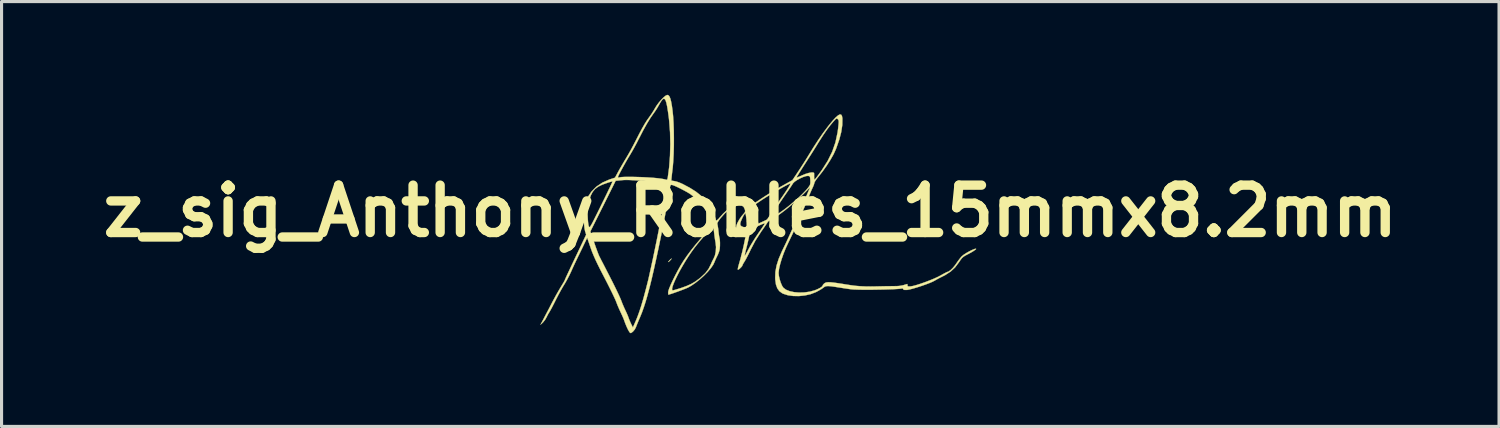
<source format=kicad_pcb>
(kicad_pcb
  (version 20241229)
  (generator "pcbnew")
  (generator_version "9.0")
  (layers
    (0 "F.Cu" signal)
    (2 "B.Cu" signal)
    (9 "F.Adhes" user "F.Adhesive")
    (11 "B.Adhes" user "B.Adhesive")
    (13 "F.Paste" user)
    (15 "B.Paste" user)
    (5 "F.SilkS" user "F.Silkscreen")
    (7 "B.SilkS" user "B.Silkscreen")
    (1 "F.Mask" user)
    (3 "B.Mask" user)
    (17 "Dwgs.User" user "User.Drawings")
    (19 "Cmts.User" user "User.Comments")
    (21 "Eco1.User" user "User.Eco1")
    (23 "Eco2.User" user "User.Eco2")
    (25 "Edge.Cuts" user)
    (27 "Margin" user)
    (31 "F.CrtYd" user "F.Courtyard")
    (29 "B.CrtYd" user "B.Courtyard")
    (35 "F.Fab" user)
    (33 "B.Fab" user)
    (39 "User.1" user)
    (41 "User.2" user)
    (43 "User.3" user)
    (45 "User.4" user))
  (footprint "z_sig_Anthony_Robles_15mmx8.2mm"
    (layer "F.Cu")
    (at 21.089 3.741)
    (property "Reference" "z_sig_Anthony_Robles_15mmx8.2mm" (at 0 0 0) (layer "F.SilkS") (effects (font (size 1.524 1.524) (thickness 0.3))))
    (attr through_hole)
    (fp_poly (pts (xy -2.538 1.541) (xy -2.567 1.576) (xy -2.574 1.583) (xy -2.613 1.622) (xy -2.638 1.64) (xy -2.639 1.64) (xy -2.633 1.626) (xy -2.604 1.591) (xy -2.597 1.583) (xy -2.558 1.545) (xy -2.533 1.527) (xy -2.532 1.526) (xy -2.538 1.541)) (stroke (width 0.01) (type solid)) (fill yes) (layer "F.SilkS"))
    (fp_poly (pts (xy -2.633 -3.725) (xy -2.601 -3.688) (xy -2.573 -3.621) (xy -2.547 -3.521) (xy -2.522 -3.382) (xy -2.503 -3.246) (xy -2.484 -3.063) (xy -2.47 -2.846) (xy -2.461 -2.604) (xy -2.458 -2.348) (xy -2.459 -2.09) (xy -2.466 -1.838) (xy -2.478 -1.605) (xy -2.495 -1.4) (xy -2.503 -1.333) (xy -2.518 -1.213) (xy -2.529 -1.111) (xy -2.537 -1.034) (xy -2.54 -0.99) (xy -2.539 -0.983) (xy -2.515 -0.976) (xy -2.46 -0.967) (xy -2.434 -0.963) (xy -2.364 -0.946) (xy -2.273 -0.914) (xy -2.18 -0.873) (xy -2.176 -0.871) (xy -1.944 -0.748) (xy -1.751 -0.626) (xy -1.591 -0.5) (xy -1.456 -0.363) (xy -1.341 -0.209) (xy -1.24 -0.032) (xy -1.186 0.08) (xy -1.152 0.159) (xy -1.127 0.224) (xy -1.116 0.262) (xy -1.116 0.264) (xy -1.106 0.301) (xy -1.075 0.298) (xy -1.026 0.256) (xy -0.974 0.195) (xy -0.878 0.087) (xy -0.756 -0.027) (xy -0.624 -0.135) (xy -0.498 -0.222) (xy -0.478 -0.234) (xy -0.378 -0.278) (xy -0.274 -0.301) (xy -0.179 -0.299) (xy -0.106 -0.274) (xy -0.094 -0.264) (xy -0.058 -0.222) (xy -0.046 -0.19) (xy -0.034 -0.162) (xy -0.025 -0.159) (xy -0.001 -0.172) (xy 0.055 -0.205) (xy 0.136 -0.256) (xy 0.236 -0.321) (xy 0.344 -0.393) (xy 0.488 -0.487) (xy 0.649 -0.588) (xy 0.813 -0.688) (xy 0.964 -0.776) (xy 1.024 -0.81) (xy 1.355 -0.993) (xy 1.413 -1.079) (xy 1.488 -1.079) (xy 1.488 -1.078) (xy 1.511 -1.084) (xy 1.565 -1.105) (xy 1.64 -1.137) (xy 1.675 -1.153) (xy 1.778 -1.195) (xy 1.875 -1.225) (xy 1.959 -1.241) (xy 2.021 -1.242) (xy 2.051 -1.227) (xy 2.053 -1.221) (xy 2.054 -1.184) (xy 2.054 -1.121) (xy 2.054 -1.098) (xy 2.057 -1.04) (xy 2.069 -1.014) (xy 2.074 -1.015) (xy 2.094 -1.037) (xy 2.136 -1.09) (xy 2.193 -1.168) (xy 2.262 -1.262) (xy 2.309 -1.329) (xy 2.493 -1.619) (xy 2.636 -1.91) (xy 2.74 -2.21) (xy 2.808 -2.527) (xy 2.827 -2.664) (xy 2.839 -2.776) (xy 2.845 -2.851) (xy 2.844 -2.899) (xy 2.836 -2.929) (xy 2.822 -2.951) (xy 2.816 -2.957) (xy 2.791 -2.976) (xy 2.768 -2.975) (xy 2.737 -2.95) (xy 2.686 -2.894) (xy 2.685 -2.893) (xy 2.574 -2.761) (xy 2.464 -2.615) (xy 2.348 -2.447) (xy 2.22 -2.248) (xy 2.172 -2.171) (xy 2.09 -2.038) (xy 1.992 -1.882) (xy 1.887 -1.717) (xy 1.785 -1.558) (xy 1.725 -1.465) (xy 1.651 -1.349) (xy 1.586 -1.246) (xy 1.535 -1.163) (xy 1.501 -1.106) (xy 1.488 -1.079) (xy 1.413 -1.079) (xy 1.544 -1.277) (xy 1.624 -1.397) (xy 1.706 -1.525) (xy 1.782 -1.644) (xy 1.843 -1.742) (xy 1.85 -1.754) (xy 2.024 -2.037) (xy 2.184 -2.284) (xy 2.334 -2.501) (xy 2.477 -2.693) (xy 2.535 -2.768) (xy 2.653 -2.91) (xy 2.749 -3.013) (xy 2.825 -3.079) (xy 2.882 -3.109) (xy 2.923 -3.102) (xy 2.949 -3.061) (xy 2.963 -2.985) (xy 2.963 -2.973) (xy 2.96 -2.77) (xy 2.927 -2.547) (xy 2.863 -2.3) (xy 2.767 -2.025) (xy 2.75 -1.982) (xy 2.679 -1.826) (xy 2.579 -1.65) (xy 2.459 -1.462) (xy 2.324 -1.272) (xy 2.18 -1.09) (xy 2.168 -1.076) (xy 2.116 -1.007) (xy 2.077 -0.945) (xy 2.061 -0.903) (xy 2.047 -0.851) (xy 2.019 -0.782) (xy 2.006 -0.754) (xy 1.979 -0.696) (xy 1.94 -0.607) (xy 1.895 -0.499) (xy 1.849 -0.384) (xy 1.847 -0.38) (xy 1.761 -0.17) (xy 1.662 0.065) (xy 1.554 0.311) (xy 1.443 0.555) (xy 1.336 0.784) (xy 1.239 0.985) (xy 1.229 1.005) (xy 1.147 1.181) (xy 1.072 1.364) (xy 1.009 1.544) (xy 0.959 1.714) (xy 0.925 1.863) (xy 0.911 1.983) (xy 0.911 1.997) (xy 0.921 2.09) (xy 0.946 2.199) (xy 0.982 2.309) (xy 1.023 2.403) (xy 1.063 2.465) (xy 1.149 2.53) (xy 1.268 2.578) (xy 1.413 2.609) (xy 1.575 2.622) (xy 1.744 2.617) (xy 1.913 2.593) (xy 2.073 2.55) (xy 2.157 2.516) (xy 2.241 2.474) (xy 2.299 2.436) (xy 2.323 2.408) (xy 2.324 2.406) (xy 2.34 2.37) (xy 2.38 2.328) (xy 2.383 2.326) (xy 2.414 2.307) (xy 2.454 2.294) (xy 2.508 2.289) (xy 2.583 2.291) (xy 2.682 2.301) (xy 2.813 2.319) (xy 2.98 2.345) (xy 3.064 2.359) (xy 3.239 2.386) (xy 3.395 2.406) (xy 3.544 2.418) (xy 3.698 2.425) (xy 3.872 2.427) (xy 4.076 2.424) (xy 4.1 2.423) (xy 4.251 2.42) (xy 4.394 2.417) (xy 4.521 2.416) (xy 4.622 2.415) (xy 4.688 2.414) (xy 4.693 2.415) (xy 4.791 2.409) (xy 4.894 2.391) (xy 4.932 2.382) (xy 4.997 2.362) (xy 5.041 2.349) (xy 5.052 2.347) (xy 5.056 2.365) (xy 5.057 2.389) (xy 5.064 2.415) (xy 5.091 2.425) (xy 5.151 2.424) (xy 5.158 2.423) (xy 5.238 2.409) (xy 5.349 2.379) (xy 5.482 2.337) (xy 5.627 2.286) (xy 5.774 2.23) (xy 5.913 2.173) (xy 6.036 2.117) (xy 6.124 2.071) (xy 6.209 2.023) (xy 6.28 1.986) (xy 6.326 1.963) (xy 6.339 1.959) (xy 6.387 1.941) (xy 6.451 1.893) (xy 6.523 1.822) (xy 6.593 1.736) (xy 6.623 1.693) (xy 6.682 1.608) (xy 6.743 1.527) (xy 6.793 1.467) (xy 6.797 1.462) (xy 6.858 1.41) (xy 6.947 1.352) (xy 7.049 1.294) (xy 7.151 1.245) (xy 7.221 1.218) (xy 7.261 1.211) (xy 7.265 1.221) (xy 7.238 1.247) (xy 7.184 1.284) (xy 7.109 1.33) (xy 7.018 1.379) (xy 6.924 1.428) (xy 6.86 1.468) (xy 6.81 1.513) (xy 6.764 1.572) (xy 6.709 1.654) (xy 6.587 1.815) (xy 6.444 1.947) (xy 6.269 2.06) (xy 6.182 2.105) (xy 6.089 2.151) (xy 6 2.199) (xy 5.932 2.238) (xy 5.931 2.239) (xy 5.865 2.273) (xy 5.766 2.315) (xy 5.645 2.361) (xy 5.511 2.408) (xy 5.375 2.452) (xy 5.248 2.49) (xy 5.138 2.519) (xy 5.056 2.535) (xy 5.035 2.537) (xy 4.963 2.537) (xy 4.928 2.526) (xy 4.921 2.51) (xy 4.905 2.488) (xy 4.867 2.492) (xy 4.811 2.5) (xy 4.718 2.507) (xy 4.593 2.514) (xy 4.444 2.519) (xy 4.278 2.524) (xy 4.103 2.527) (xy 3.926 2.53) (xy 3.753 2.53) (xy 3.593 2.53) (xy 3.451 2.527) (xy 3.337 2.523) (xy 3.255 2.517) (xy 3.254 2.517) (xy 3.181 2.507) (xy 3.078 2.492) (xy 2.96 2.474) (xy 2.87 2.46) (xy 2.719 2.436) (xy 2.606 2.42) (xy 2.522 2.413) (xy 2.462 2.414) (xy 2.417 2.423) (xy 2.381 2.442) (xy 2.348 2.467) (xy 2.293 2.506) (xy 2.211 2.554) (xy 2.12 2.603) (xy 2.1 2.612) (xy 1.938 2.674) (xy 1.758 2.714) (xy 1.569 2.734) (xy 1.384 2.732) (xy 1.213 2.708) (xy 1.067 2.662) (xy 1.025 2.642) (xy 0.934 2.575) (xy 0.869 2.484) (xy 0.826 2.364) (xy 0.804 2.21) (xy 0.801 2.15) (xy 0.808 1.957) (xy 0.845 1.755) (xy 0.914 1.537) (xy 1.016 1.299) (xy 1.052 1.223) (xy 1.138 1.046) (xy 1.236 0.836) (xy 1.341 0.604) (xy 1.45 0.359) (xy 1.557 0.112) (xy 1.658 -0.128) (xy 1.71 -0.255) (xy 1.763 -0.383) (xy 1.812 -0.501) (xy 1.855 -0.602) (xy 1.887 -0.676) (xy 1.903 -0.71) (xy 1.92 -0.746) (xy 1.919 -0.755) (xy 1.895 -0.736) (xy 1.846 -0.685) (xy 1.831 -0.669) (xy 1.7 -0.537) (xy 1.553 -0.399) (xy 1.398 -0.26) (xy 1.241 -0.127) (xy 1.089 -0.005) (xy 0.948 0.1) (xy 0.827 0.183) (xy 0.737 0.235) (xy 0.66 0.277) (xy 0.599 0.316) (xy 0.566 0.344) (xy 0.563 0.348) (xy 0.546 0.377) (xy 0.507 0.436) (xy 0.452 0.516) (xy 0.386 0.611) (xy 0.356 0.652) (xy 0.159 0.961) (xy 0.018 1.231) (xy -0.038 1.348) (xy -0.094 1.458) (xy -0.143 1.551) (xy -0.18 1.615) (xy -0.188 1.628) (xy -0.225 1.687) (xy -0.247 1.731) (xy -0.251 1.744) (xy -0.265 1.773) (xy -0.3 1.814) (xy -0.342 1.854) (xy -0.38 1.882) (xy -0.4 1.885) (xy -0.401 1.858) (xy -0.39 1.8) (xy -0.369 1.723) (xy -0.367 1.716) (xy -0.314 1.53) (xy -0.29 1.435) (xy -0.181 1.435) (xy -0.171 1.43) (xy -0.145 1.39) (xy -0.107 1.322) (xy -0.06 1.233) (xy -0.057 1.228) (xy 0.003 1.117) (xy 0.082 0.986) (xy 0.169 0.848) (xy 0.256 0.719) (xy 0.272 0.695) (xy 0.342 0.595) (xy 0.401 0.508) (xy 0.444 0.442) (xy 0.467 0.402) (xy 0.469 0.393) (xy 0.445 0.398) (xy 0.39 0.418) (xy 0.312 0.451) (xy 0.256 0.476) (xy 0.166 0.516) (xy 0.092 0.547) (xy 0.042 0.566) (xy 0.028 0.57) (xy 0.013 0.59) (xy -0.005 0.645) (xy -0.021 0.722) (xy -0.023 0.735) (xy -0.041 0.829) (xy -0.067 0.948) (xy -0.097 1.075) (xy -0.116 1.15) (xy -0.143 1.254) (xy -0.164 1.343) (xy -0.177 1.407) (xy -0.181 1.435) (xy -0.29 1.435) (xy -0.26 1.319) (xy -0.21 1.103) (xy -0.169 0.904) (xy -0.16 0.86) (xy -0.12 0.637) (xy -0.225 0.64) (xy -0.338 0.634) (xy -0.412 0.609) (xy -0.449 0.562) (xy -0.456 0.522) (xy -0.441 0.452) (xy -0.418 0.397) (xy -0.323 0.397) (xy -0.319 0.453) (xy -0.283 0.488) (xy -0.273 0.494) (xy -0.211 0.517) (xy -0.165 0.524) (xy -0.129 0.516) (xy -0.116 0.484) (xy -0.114 0.45) (xy -0.117 0.368) (xy -0.12 0.323) (xy 0.001 0.323) (xy 0.002 0.411) (xy 0.013 0.463) (xy 0.039 0.484) (xy 0.087 0.477) (xy 0.163 0.446) (xy 0.275 0.397) (xy 0.308 0.382) (xy 0.398 0.341) (xy 0.474 0.306) (xy 0.524 0.28) (xy 0.537 0.272) (xy 0.559 0.244) (xy 0.587 0.203) (xy 0.667 0.203) (xy 0.669 0.205) (xy 0.694 0.195) (xy 0.748 0.168) (xy 0.82 0.13) (xy 0.836 0.121) (xy 0.947 0.053) (xy 1.08 -0.041) (xy 1.227 -0.154) (xy 1.378 -0.279) (xy 1.526 -0.408) (xy 1.661 -0.534) (xy 1.774 -0.65) (xy 1.849 -0.736) (xy 1.898 -0.802) (xy 1.924 -0.852) (xy 1.933 -0.906) (xy 1.932 -0.984) (xy 1.932 -0.987) (xy 1.927 -1.063) (xy 1.918 -1.105) (xy 1.899 -1.124) (xy 1.864 -1.132) (xy 1.857 -1.133) (xy 1.791 -1.125) (xy 1.703 -1.097) (xy 1.604 -1.053) (xy 1.509 -1.001) (xy 1.429 -0.947) (xy 1.378 -0.897) (xy 1.372 -0.888) (xy 1.343 -0.842) (xy 1.295 -0.769) (xy 1.234 -0.68) (xy 1.176 -0.597) (xy 1.082 -0.462) (xy 0.99 -0.327) (xy 0.903 -0.197) (xy 0.826 -0.076) (xy 0.76 0.029) (xy 0.709 0.114) (xy 0.677 0.174) (xy 0.667 0.203) (xy 0.587 0.203) (xy 0.598 0.187) (xy 0.648 0.11) (xy 0.682 0.055) (xy 0.743 -0.041) (xy 0.821 -0.16) (xy 0.905 -0.285) (xy 0.987 -0.403) (xy 0.99 -0.407) (xy 1.085 -0.544) (xy 1.165 -0.663) (xy 1.228 -0.762) (xy 1.27 -0.834) (xy 1.29 -0.878) (xy 1.289 -0.888) (xy 1.256 -0.877) (xy 1.192 -0.845) (xy 1.102 -0.797) (xy 0.992 -0.735) (xy 0.87 -0.664) (xy 0.741 -0.588) (xy 0.612 -0.51) (xy 0.49 -0.435) (xy 0.381 -0.365) (xy 0.337 -0.335) (xy 0.002 -0.11) (xy 0.002 0.197) (xy 0.001 0.323) (xy -0.12 0.323) (xy -0.123 0.279) (xy -0.133 0.193) (xy -0.143 0.122) (xy -0.154 0.077) (xy -0.16 0.068) (xy -0.181 0.088) (xy -0.212 0.137) (xy -0.248 0.205) (xy -0.282 0.279) (xy -0.309 0.346) (xy -0.323 0.396) (xy -0.323 0.397) (xy -0.418 0.397) (xy -0.403 0.361) (xy -0.347 0.262) (xy -0.282 0.167) (xy -0.233 0.11) (xy -0.185 0.054) (xy -0.166 0.011) (xy -0.169 -0.034) (xy -0.17 -0.038) (xy -0.208 -0.127) (xy -0.269 -0.178) (xy -0.355 -0.19) (xy -0.372 -0.188) (xy -0.516 -0.147) (xy -0.664 -0.062) (xy -0.814 0.067) (xy -0.956 0.227) (xy -1.018 0.309) (xy -1.052 0.367) (xy -1.061 0.407) (xy -1.058 0.42) (xy -1.049 0.465) (xy -1.037 0.54) (xy -1.026 0.63) (xy -1.025 0.64) (xy -1.014 0.732) (xy -1.003 0.811) (xy -0.992 0.862) (xy -0.991 0.865) (xy -0.98 0.929) (xy -0.975 1.02) (xy -0.976 1.121) (xy -0.983 1.214) (xy -0.99 1.253) (xy -1.009 1.318) (xy -1.042 1.401) (xy -1.07 1.458) (xy -1.107 1.534) (xy -1.137 1.602) (xy -1.15 1.637) (xy -1.193 1.728) (xy -1.269 1.837) (xy -1.37 1.956) (xy -1.49 2.078) (xy -1.623 2.197) (xy -1.76 2.306) (xy -1.897 2.4) (xy -1.995 2.456) (xy -2.05 2.481) (xy -2.132 2.514) (xy -2.231 2.552) (xy -2.337 2.591) (xy -2.44 2.628) (xy -2.531 2.659) (xy -2.599 2.68) (xy -2.635 2.688) (xy -2.636 2.688) (xy -2.64 2.668) (xy -2.642 2.619) (xy -2.643 2.608) (xy -2.631 2.555) (xy -2.611 2.497) (xy -2.516 2.497) (xy -2.513 2.541) (xy -2.495 2.551) (xy -2.461 2.545) (xy -2.395 2.526) (xy -2.305 2.499) (xy -2.219 2.472) (xy -2.048 2.41) (xy -1.906 2.347) (xy -1.778 2.273) (xy -1.65 2.18) (xy -1.591 2.132) (xy -1.447 1.998) (xy -1.342 1.86) (xy -1.266 1.709) (xy -1.232 1.63) (xy -1.195 1.556) (xy -1.184 1.538) (xy -1.138 1.431) (xy -1.11 1.298) (xy -1.102 1.156) (xy -1.116 1.022) (xy -1.134 0.919) (xy -1.151 0.8) (xy -1.162 0.711) (xy -1.172 0.628) (xy -1.184 0.563) (xy -1.194 0.53) (xy -1.195 0.529) (xy -1.218 0.536) (xy -1.265 0.575) (xy -1.331 0.639) (xy -1.412 0.725) (xy -1.503 0.826) (xy -1.6 0.939) (xy -1.698 1.058) (xy -1.79 1.175) (xy -1.889 1.31) (xy -1.989 1.457) (xy -2.087 1.611) (xy -2.18 1.767) (xy -2.267 1.921) (xy -2.344 2.068) (xy -2.41 2.204) (xy -2.463 2.324) (xy -2.499 2.423) (xy -2.516 2.497) (xy -2.611 2.497) (xy -2.6 2.468) (xy -2.552 2.355) (xy -2.489 2.22) (xy -2.414 2.069) (xy -2.33 1.91) (xy -2.242 1.752) (xy -2.148 1.6) (xy -2.029 1.427) (xy -1.891 1.243) (xy -1.743 1.059) (xy -1.593 0.884) (xy -1.449 0.728) (xy -1.37 0.649) (xy -1.201 0.487) (xy -1.286 0.275) (xy -1.409 0.017) (xy -1.556 -0.205) (xy -1.73 -0.393) (xy -1.934 -0.55) (xy -1.948 -0.559) (xy -2.032 -0.61) (xy -2.131 -0.664) (xy -2.236 -0.719) (xy -2.338 -0.769) (xy -2.427 -0.809) (xy -2.494 -0.835) (xy -2.526 -0.843) (xy -2.544 -0.842) (xy -2.559 -0.835) (xy -2.571 -0.815) (xy -2.582 -0.778) (xy -2.595 -0.715) (xy -2.612 -0.622) (xy -2.633 -0.492) (xy -2.641 -0.444) (xy -2.679 -0.213) (xy -2.72 0.021) (xy -2.765 0.264) (xy -2.816 0.527) (xy -2.875 0.815) (xy -2.942 1.139) (xy -2.951 1.185) (xy -3.033 1.565) (xy -3.108 1.904) (xy -3.178 2.205) (xy -3.244 2.472) (xy -3.307 2.707) (xy -3.367 2.914) (xy -3.426 3.097) (xy -3.484 3.26) (xy -3.543 3.405) (xy -3.548 3.417) (xy -3.594 3.523) (xy -3.633 3.618) (xy -3.663 3.692) (xy -3.679 3.736) (xy -3.679 3.736) (xy -3.716 3.808) (xy -3.775 3.878) (xy -3.831 3.92) (xy -3.855 3.924) (xy -3.881 3.903) (xy -3.914 3.85) (xy -3.936 3.81) (xy -3.981 3.714) (xy -4.023 3.611) (xy -4.044 3.554) (xy -4.074 3.47) (xy -4.118 3.368) (xy -4.165 3.267) (xy -4.169 3.258) (xy -4.22 3.148) (xy -4.273 3.025) (xy -4.315 2.916) (xy -4.341 2.852) (xy -4.386 2.755) (xy -4.445 2.631) (xy -4.516 2.487) (xy -4.595 2.33) (xy -4.679 2.166) (xy -4.704 2.118) (xy -4.816 1.902) (xy -4.908 1.718) (xy -4.983 1.56) (xy -5.044 1.422) (xy -5.095 1.297) (xy -5.138 1.177) (xy -5.139 1.174) (xy -5.247 0.858) (xy -5.317 1.004) (xy -5.354 1.081) (xy -5.404 1.186) (xy -5.462 1.305) (xy -5.521 1.426) (xy -5.526 1.435) (xy -5.589 1.566) (xy -5.656 1.707) (xy -5.718 1.842) (xy -5.765 1.948) (xy -5.822 2.068) (xy -5.889 2.197) (xy -5.955 2.314) (xy -5.982 2.358) (xy -6.035 2.445) (xy -6.101 2.561) (xy -6.172 2.692) (xy -6.24 2.824) (xy -6.262 2.867) (xy -6.32 2.983) (xy -6.375 3.09) (xy -6.422 3.177) (xy -6.456 3.236) (xy -6.467 3.254) (xy -6.503 3.313) (xy -6.542 3.388) (xy -6.556 3.417) (xy -6.601 3.496) (xy -6.658 3.569) (xy -6.676 3.588) (xy -6.75 3.656) (xy -6.653 3.474) (xy -6.608 3.387) (xy -6.548 3.273) (xy -6.48 3.144) (xy -6.412 3.012) (xy -6.386 2.961) (xy -6.316 2.83) (xy -6.242 2.694) (xy -6.17 2.568) (xy -6.109 2.464) (xy -6.091 2.435) (xy -6.04 2.351) (xy -5.999 2.282) (xy -5.974 2.237) (xy -5.968 2.223) (xy -5.959 2.199) (xy -5.933 2.14) (xy -5.892 2.051) (xy -5.839 1.938) (xy -5.778 1.808) (xy -5.728 1.702) (xy -5.654 1.546) (xy -5.58 1.391) (xy -5.51 1.244) (xy -5.449 1.115) (xy -5.401 1.014) (xy -5.384 0.978) (xy -5.281 0.76) (xy -5.311 0.657) (xy -5.146 0.657) (xy -5.021 1.017) (xy -4.977 1.144) (xy -4.934 1.262) (xy -4.897 1.361) (xy -4.868 1.432) (xy -4.856 1.458) (xy -4.835 1.498) (xy -4.797 1.574) (xy -4.743 1.677) (xy -4.678 1.803) (xy -4.605 1.946) (xy -4.526 2.099) (xy -4.516 2.119) (xy -4.435 2.278) (xy -4.358 2.433) (xy -4.288 2.577) (xy -4.229 2.702) (xy -4.184 2.802) (xy -4.156 2.869) (xy -4.156 2.87) (xy -4.114 2.979) (xy -4.064 3.096) (xy -4.021 3.189) (xy -3.979 3.279) (xy -3.941 3.366) (xy -3.918 3.428) (xy -3.89 3.504) (xy -3.852 3.592) (xy -3.833 3.632) (xy -3.777 3.744) (xy -3.665 3.489) (xy -3.619 3.372) (xy -3.566 3.224) (xy -3.511 3.056) (xy -3.459 2.881) (xy -3.431 2.784) (xy -3.39 2.63) (xy -3.349 2.475) (xy -3.312 2.33) (xy -3.281 2.207) (xy -3.261 2.118) (xy -3.194 1.814) (xy -3.128 1.511) (xy -3.066 1.212) (xy -3.006 0.92) (xy -2.95 0.639) (xy -2.898 0.372) (xy -2.851 0.122) (xy -2.81 -0.108) (xy -2.775 -0.313) (xy -2.746 -0.492) (xy -2.725 -0.639) (xy -2.712 -0.753) (xy -2.707 -0.829) (xy -2.712 -0.865) (xy -2.713 -0.867) (xy -2.762 -0.885) (xy -2.848 -0.904) (xy -2.963 -0.923) (xy -3.101 -0.942) (xy -3.253 -0.959) (xy -3.41 -0.972) (xy -3.485 -0.977) (xy -3.652 -0.987) (xy -3.78 -0.994) (xy -3.879 -0.999) (xy -3.955 -1.001) (xy -4.016 -1.001) (xy -4.071 -0.999) (xy -4.126 -0.995) (xy -4.176 -0.99) (xy -4.331 -0.975) (xy -4.738 -0.159) (xy -5.146 0.657) (xy -5.311 0.657) (xy -5.317 0.638) (xy -5.334 0.552) (xy -5.346 0.435) (xy -5.353 0.297) (xy -5.354 0.152) (xy -5.352 0.074) (xy -5.234 0.074) (xy -5.233 0.14) (xy -5.227 0.266) (xy -5.217 0.374) (xy -5.205 0.454) (xy -5.195 0.49) (xy -5.187 0.507) (xy -5.178 0.516) (xy -5.166 0.514) (xy -5.15 0.497) (xy -5.127 0.461) (xy -5.094 0.404) (xy -5.051 0.322) (xy -4.995 0.21) (xy -4.923 0.066) (xy -4.834 -0.114) (xy -4.795 -0.194) (xy -4.711 -0.365) (xy -4.634 -0.522) (xy -4.567 -0.662) (xy -4.51 -0.78) (xy -4.468 -0.871) (xy -4.441 -0.93) (xy -4.432 -0.953) (xy -4.432 -0.953) (xy -4.456 -0.951) (xy -4.511 -0.936) (xy -4.586 -0.913) (xy -4.594 -0.91) (xy -4.763 -0.849) (xy -4.894 -0.785) (xy -4.994 -0.711) (xy -5.07 -0.62) (xy -5.13 -0.505) (xy -5.181 -0.358) (xy -5.194 -0.312) (xy -5.215 -0.224) (xy -5.228 -0.14) (xy -5.234 -0.045) (xy -5.234 0.074) (xy -5.352 0.074) (xy -5.35 0.011) (xy -5.341 -0.113) (xy -5.327 -0.207) (xy -5.321 -0.23) (xy -5.234 -0.441) (xy -5.11 -0.627) (xy -4.951 -0.786) (xy -4.758 -0.916) (xy -4.533 -1.015) (xy -4.506 -1.024) (xy -4.353 -1.074) (xy -4.344 -1.09) (xy -4.26 -1.09) (xy -4.242 -1.078) (xy -4.213 -1.083) (xy -4.153 -1.093) (xy -4.056 -1.099) (xy -3.929 -1.101) (xy -3.78 -1.1) (xy -3.617 -1.096) (xy -3.448 -1.09) (xy -3.28 -1.081) (xy -3.121 -1.07) (xy -2.98 -1.057) (xy -2.863 -1.042) (xy -2.779 -1.027) (xy -2.722 -1.013) (xy -2.686 -1.005) (xy -2.683 -1.005) (xy -2.669 -1.023) (xy -2.656 -1.07) (xy -2.655 -1.076) (xy -2.61 -1.414) (xy -2.583 -1.779) (xy -2.573 -2.156) (xy -2.581 -2.53) (xy -2.608 -2.886) (xy -2.62 -2.996) (xy -2.648 -3.202) (xy -2.674 -3.365) (xy -2.7 -3.485) (xy -2.727 -3.566) (xy -2.757 -3.608) (xy -2.791 -3.614) (xy -2.83 -3.585) (xy -2.876 -3.522) (xy -2.93 -3.429) (xy -2.94 -3.41) (xy -2.996 -3.313) (xy -3.065 -3.207) (xy -3.113 -3.14) (xy -3.212 -2.998) (xy -3.323 -2.817) (xy -3.444 -2.6) (xy -3.573 -2.35) (xy -3.59 -2.317) (xy -3.656 -2.187) (xy -3.73 -2.05) (xy -3.802 -1.921) (xy -3.864 -1.816) (xy -3.864 -1.816) (xy -3.925 -1.715) (xy -3.991 -1.602) (xy -4.057 -1.485) (xy -4.12 -1.371) (xy -4.176 -1.267) (xy -4.221 -1.181) (xy -4.25 -1.119) (xy -4.26 -1.09) (xy -4.344 -1.09) (xy -4.246 -1.272) (xy -4.189 -1.374) (xy -4.117 -1.498) (xy -4.042 -1.626) (xy -3.985 -1.72) (xy -3.915 -1.839) (xy -3.835 -1.982) (xy -3.755 -2.132) (xy -3.683 -2.27) (xy -3.679 -2.278) (xy -3.572 -2.488) (xy -3.479 -2.662) (xy -3.396 -2.806) (xy -3.32 -2.926) (xy -3.246 -3.029) (xy -3.246 -3.03) (xy -3.183 -3.118) (xy -3.116 -3.223) (xy -3.068 -3.305) (xy -3.008 -3.402) (xy -2.936 -3.498) (xy -2.859 -3.588) (xy -2.785 -3.662) (xy -2.721 -3.714) (xy -2.673 -3.736) (xy -2.669 -3.736) (xy -2.633 -3.725)) (stroke (width 0.01) (type solid)) (fill yes) (layer "F.SilkS")))
  (gr_rect
    (start -3 -3)
    (end 45.179 10.67)
    (stroke (width 0.1) (type default))
    (fill no)
    (layer "Edge.Cuts")))
</source>
